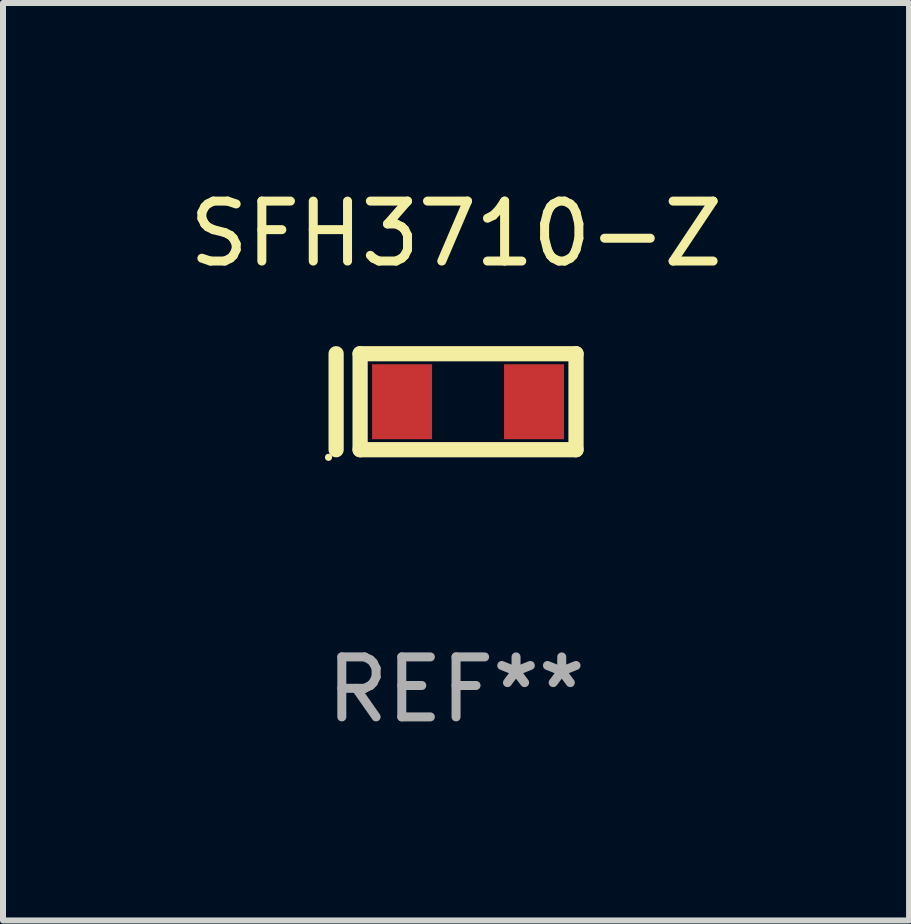
<source format=kicad_pcb>
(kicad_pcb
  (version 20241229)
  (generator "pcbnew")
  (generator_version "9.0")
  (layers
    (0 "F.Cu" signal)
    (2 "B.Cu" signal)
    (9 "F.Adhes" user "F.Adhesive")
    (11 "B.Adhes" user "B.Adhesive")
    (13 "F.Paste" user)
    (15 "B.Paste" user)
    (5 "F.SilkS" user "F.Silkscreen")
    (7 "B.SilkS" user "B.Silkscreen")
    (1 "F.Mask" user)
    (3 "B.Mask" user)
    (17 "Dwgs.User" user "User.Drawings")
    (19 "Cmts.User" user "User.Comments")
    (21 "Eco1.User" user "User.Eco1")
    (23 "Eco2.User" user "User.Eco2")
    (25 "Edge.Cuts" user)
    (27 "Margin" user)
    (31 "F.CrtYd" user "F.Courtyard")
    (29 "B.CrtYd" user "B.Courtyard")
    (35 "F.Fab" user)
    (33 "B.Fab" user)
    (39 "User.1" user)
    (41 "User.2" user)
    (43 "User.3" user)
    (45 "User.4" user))
  (footprint "SFH3710-Z"
    (layer "F.Cu")
    (at 4.554 3.648)
    (property "Reference" "SFH3710-Z" (at 0 -2.8 0) (layer "F.SilkS") (effects (font (size 1 1) (thickness 0.15))))
    (attr through_hole)
    (fp_line (start -2 -0.8) (end -2 0.8) (stroke (width 0.254) (type solid)) (layer "F.SilkS"))
    (fp_line (start -1.6 -0.8) (end 2 -0.8) (stroke (width 0.254) (type solid)) (layer "F.SilkS"))
    (fp_line (start -1.6 0.8) (end -1.6 -0.8) (stroke (width 0.254) (type solid)) (layer "F.SilkS"))
    (fp_line (start 2 -0.8) (end 2 0.8) (stroke (width 0.254) (type solid)) (layer "F.SilkS"))
    (fp_line (start 2 0.8) (end -1.6 0.8) (stroke (width 0.254) (type solid)) (layer "F.SilkS"))
    (fp_circle (center -2.127 0.927) (end -2.097 0.927) (stroke (width 0.06) (type solid)) (fill no) (layer "F.SilkS"))
    (fp_text user "REF**" (at 0 4.8 0) (layer "F.Fab") (effects (font (size 1 1) (thickness 0.15))))
    (pad "1" smd rect (at -0.9 0 180) (size 1 1.25) (layers "F.Cu" "F.Mask" "F.Paste"))
    (pad "2" smd rect (at 1.3 0 180) (size 1 1.25) (layers "F.Cu" "F.Mask" "F.Paste")))
  (gr_rect
    (start -3 -3)
    (end 12.107 12.297)
    (stroke (width 0.1) (type default))
    (fill no)
    (layer "Edge.Cuts")))
</source>
